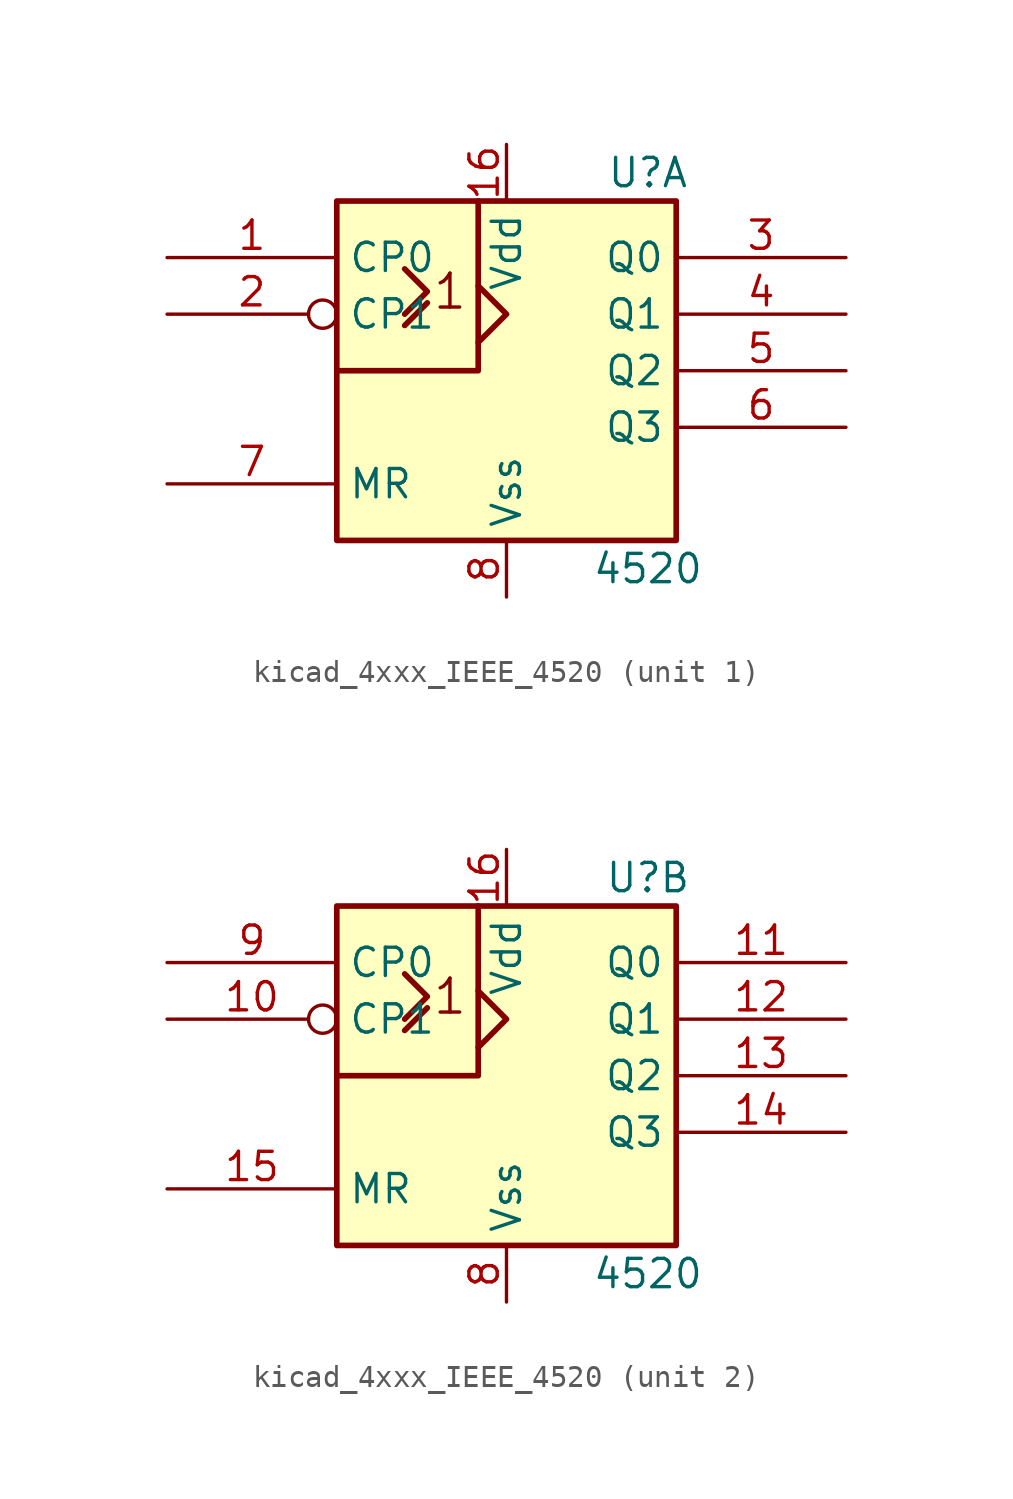
<source format=kicad_sym>
(kicad_symbol_lib
  (version 20220914)
  (generator kicad_symbol_editor)
  (symbol "kicad_4xxx_IEEE_4520"
    (property "Reference" "U"
      (at 6.35 8.89 0)
      (effects (font (size 1.27 1.27))))
    (property "Value" "4520"
      (at 6.35 -8.89 0)
      (effects (font (size 1.27 1.27))))
    (symbol "kicad_4xxx_IEEE_4520_0_0"
      (text "1" (at -2.54 3.556 0) (effects (font (size 1.524 1.524)))))
    (symbol "kicad_4xxx_IEEE_4520_0_1"
      (rectangle (start -7.62 7.62) (end 7.62 -7.62) (stroke (width 0.254) (type default)) (fill (type background)))
      (polyline (pts (xy -4.572 2.032) (xy -3.556 3.048) (xy -3.556 3.048)) (stroke (width 0.254) (type default)) (fill (type background)))
      (polyline (pts (xy -4.572 4.572) (xy -3.556 3.556) (xy -4.572 2.54) (xy -4.572 2.54)) (stroke (width 0.254) (type default)) (fill (type background)))
      (polyline (pts (xy -1.27 3.81) (xy 0 2.54) (xy -1.27 1.27) (xy -1.27 1.27)) (stroke (width 0.254) (type default)) (fill (type background)))
      (polyline (pts (xy -1.27 7.62) (xy -1.27 0) (xy -7.62 0) (xy -6.35 0)) (stroke (width 0.254) (type default)) (fill (type background)))
      (pin power_in line (at 0 10.16 270) (length 2.54) (name "Vdd" (effects (font (size 1.27 1.27)))) (number "16" (effects (font (size 1.27 1.27)))))
      (pin power_in line (at 0 -10.16 90) (length 2.54) (name "Vss" (effects (font (size 1.27 1.27)))) (number "8" (effects (font (size 1.27 1.27))))))
    (symbol "kicad_4xxx_IEEE_4520_1_1"
      (pin input line (at -15.24 5.08 0) (length 7.62) (name "CP0" (effects (font (size 1.27 1.27)))) (number "1" (effects (font (size 1.27 1.27)))))
      (pin input inverted (at -15.24 2.54 0) (length 7.62) (name "CP1" (effects (font (size 1.27 1.27)))) (number "2" (effects (font (size 1.27 1.27)))))
      (pin output line (at 15.24 5.08 180) (length 7.62) (name "Q0" (effects (font (size 1.27 1.27)))) (number "3" (effects (font (size 1.27 1.27)))))
      (pin output line (at 15.24 2.54 180) (length 7.62) (name "Q1" (effects (font (size 1.27 1.27)))) (number "4" (effects (font (size 1.27 1.27)))))
      (pin output line (at 15.24 0 180) (length 7.62) (name "Q2" (effects (font (size 1.27 1.27)))) (number "5" (effects (font (size 1.27 1.27)))))
      (pin output line (at 15.24 -2.54 180) (length 7.62) (name "Q3" (effects (font (size 1.27 1.27)))) (number "6" (effects (font (size 1.27 1.27)))))
      (pin input line (at -15.24 -5.08 0) (length 7.62) (name "MR" (effects (font (size 1.27 1.27)))) (number "7" (effects (font (size 1.27 1.27))))))
    (symbol "kicad_4xxx_IEEE_4520_2_1"
      (pin input inverted (at -15.24 2.54 0) (length 7.62) (name "CP1" (effects (font (size 1.27 1.27)))) (number "10" (effects (font (size 1.27 1.27)))))
      (pin output line (at 15.24 5.08 180) (length 7.62) (name "Q0" (effects (font (size 1.27 1.27)))) (number "11" (effects (font (size 1.27 1.27)))))
      (pin output line (at 15.24 2.54 180) (length 7.62) (name "Q1" (effects (font (size 1.27 1.27)))) (number "12" (effects (font (size 1.27 1.27)))))
      (pin output line (at 15.24 0 180) (length 7.62) (name "Q2" (effects (font (size 1.27 1.27)))) (number "13" (effects (font (size 1.27 1.27)))))
      (pin output line (at 15.24 -2.54 180) (length 7.62) (name "Q3" (effects (font (size 1.27 1.27)))) (number "14" (effects (font (size 1.27 1.27)))))
      (pin input line (at -15.24 -5.08 0) (length 7.62) (name "MR" (effects (font (size 1.27 1.27)))) (number "15" (effects (font (size 1.27 1.27)))))
      (pin input line (at -15.24 5.08 0) (length 7.62) (name "CP0" (effects (font (size 1.27 1.27)))) (number "9" (effects (font (size 1.27 1.27))))))))
</source>
